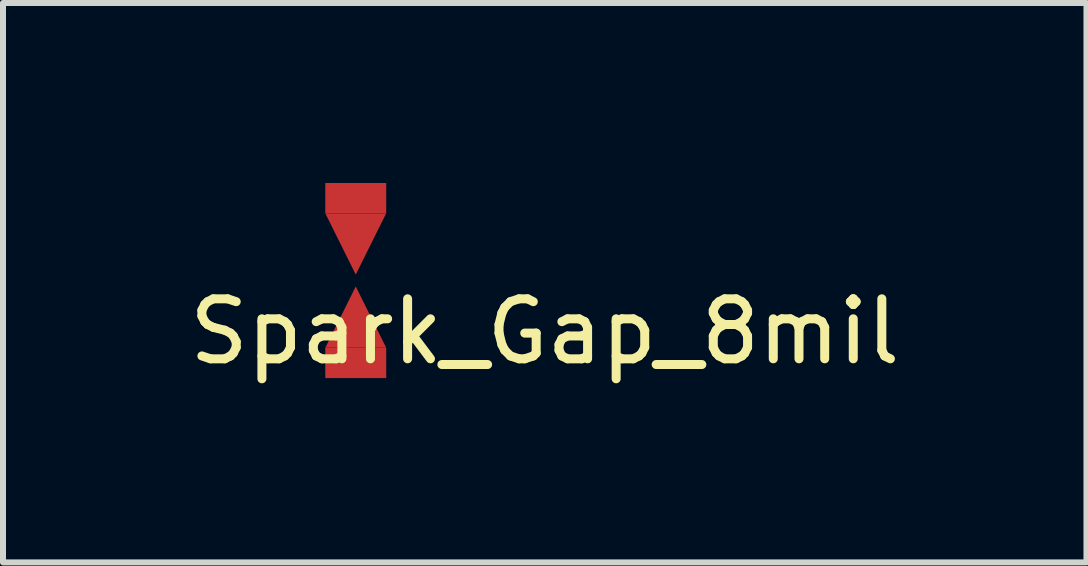
<source format=kicad_pcb>
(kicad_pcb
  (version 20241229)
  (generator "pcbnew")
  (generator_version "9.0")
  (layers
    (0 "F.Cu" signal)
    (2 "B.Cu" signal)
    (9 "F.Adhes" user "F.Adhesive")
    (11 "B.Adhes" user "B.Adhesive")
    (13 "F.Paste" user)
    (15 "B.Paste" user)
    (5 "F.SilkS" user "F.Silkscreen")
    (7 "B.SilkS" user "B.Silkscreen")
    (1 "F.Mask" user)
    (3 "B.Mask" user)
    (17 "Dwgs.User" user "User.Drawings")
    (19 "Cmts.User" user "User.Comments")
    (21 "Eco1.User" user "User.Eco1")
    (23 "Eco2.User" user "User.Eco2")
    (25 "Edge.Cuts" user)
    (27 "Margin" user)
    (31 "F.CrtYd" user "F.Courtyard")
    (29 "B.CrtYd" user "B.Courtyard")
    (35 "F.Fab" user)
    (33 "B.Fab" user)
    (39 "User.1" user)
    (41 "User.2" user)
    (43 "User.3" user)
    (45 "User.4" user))
  (footprint "Spark_Gap_8mil"
    (layer "F.Cu")
    (at 2.88 1.626)
    (property "Reference" "Spark_Gap_8mil" (at 3.15 0.85 0) (layer "F.SilkS") (effects (font (size 1 1) (thickness 0.15))))
    (attr through_hole)
    (fp_line (start 0 0.112) (end 0 -0.112) (stroke (width 0.762) (type solid)) (layer "F.Mask"))
    (pad "1" smd rect (at 0 -1.372 180) (size 1.016 0.508) (layers "F.Cu"))
    (pad "1" smd trapezoid (at 0 -0.61 180) (size 0.508 1.016) (rect_delta 0 0.505) (layers "F.Cu"))
    (pad "2" smd trapezoid (at 0 0.61) (size 0.508 1.016) (rect_delta 0 0.505) (layers "F.Cu"))
    (pad "2" smd rect (at 0 1.372) (size 1.016 0.508) (layers "F.Cu")))
  (gr_rect
    (start -3 -3)
    (end 15.06 6.324)
    (stroke (width 0.1) (type default))
    (fill no)
    (layer "Edge.Cuts")))
</source>
